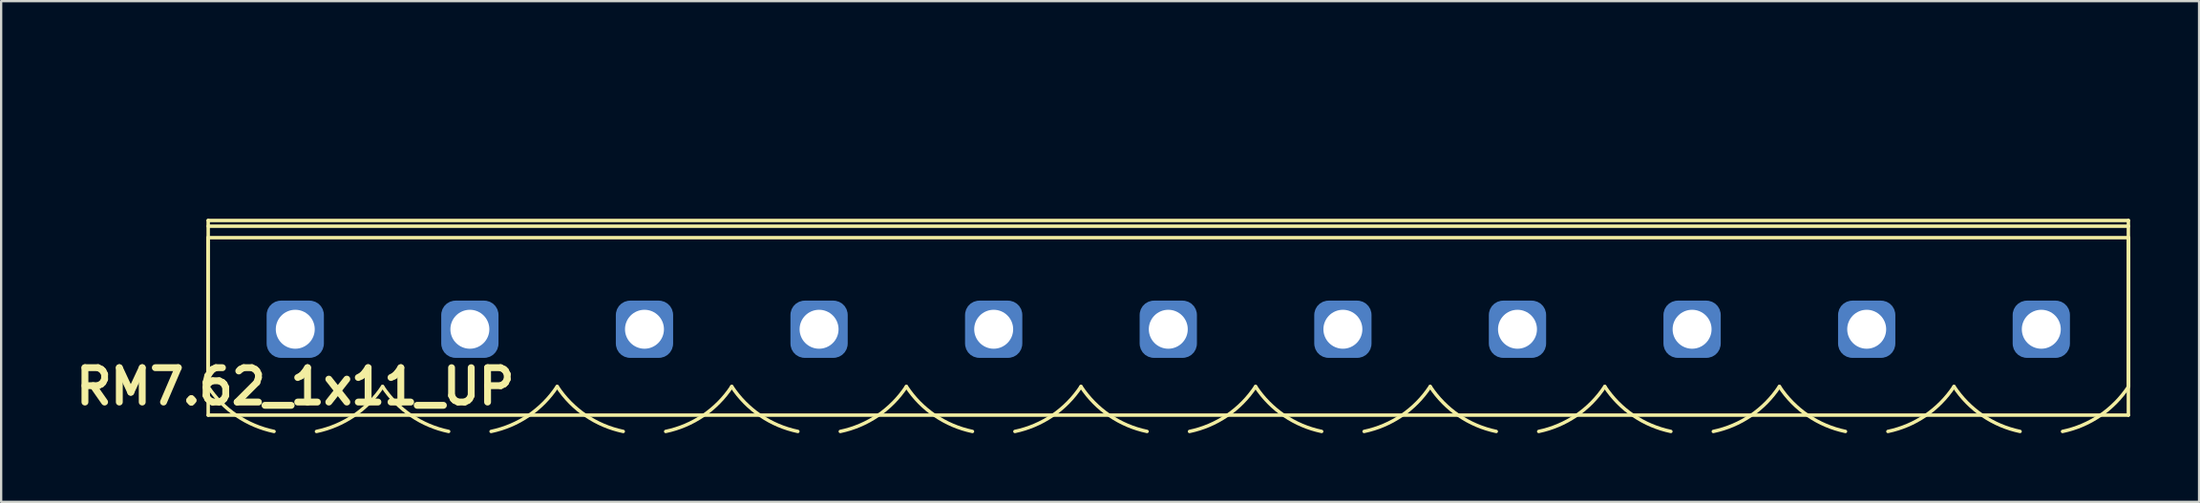
<source format=kicad_pcb>
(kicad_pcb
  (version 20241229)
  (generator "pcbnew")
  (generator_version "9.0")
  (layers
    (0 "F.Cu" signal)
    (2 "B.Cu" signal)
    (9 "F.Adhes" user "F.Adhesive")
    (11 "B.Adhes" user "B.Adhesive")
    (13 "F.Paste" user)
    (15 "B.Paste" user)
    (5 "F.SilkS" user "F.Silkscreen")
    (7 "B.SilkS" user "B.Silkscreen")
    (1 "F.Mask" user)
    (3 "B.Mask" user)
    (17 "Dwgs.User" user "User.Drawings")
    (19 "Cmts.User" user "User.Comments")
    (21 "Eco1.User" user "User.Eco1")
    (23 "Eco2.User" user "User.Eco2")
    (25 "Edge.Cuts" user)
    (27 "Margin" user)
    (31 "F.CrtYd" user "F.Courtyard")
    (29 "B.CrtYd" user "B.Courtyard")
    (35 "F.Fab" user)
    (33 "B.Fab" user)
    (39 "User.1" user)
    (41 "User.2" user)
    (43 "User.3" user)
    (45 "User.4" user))
  (footprint "RM7.62_1x11_UP"
    (layer "F.Cu")
    (at 9.836 11.325)
    (property "Reference" "RM7.62_1x11_UP" (at 0 2.5 0) (layer "F.SilkS") (effects (font (size 1.5 1.5) (thickness 0.3))))
    (attr through_hole)
    (fp_line (start -3.81 -4) (end -3.81 2.5) (stroke (width 0.15) (type solid)) (layer "F.SilkS"))
    (fp_line (start -3.81 -4) (end 80.01 -4) (stroke (width 0.15) (type solid)) (layer "F.SilkS"))
    (fp_line (start -3.8 -4.75) (end -3.8 3.75) (stroke (width 0.15) (type solid)) (layer "F.SilkS"))
    (fp_line (start -3.8 -4.5) (end 80 -4.5) (stroke (width 0.15) (type solid)) (layer "F.SilkS"))
    (fp_line (start -3.8 3.75) (end 80 3.75) (stroke (width 0.15) (type solid)) (layer "F.SilkS"))
    (fp_line (start 80 -4.75) (end -3.8 -4.75) (stroke (width 0.15) (type solid)) (layer "F.SilkS"))
    (fp_line (start 80 3.75) (end 80 -4.75) (stroke (width 0.15) (type solid)) (layer "F.SilkS"))
    (fp_line (start 80.01 -4) (end 80.01 2.5) (stroke (width 0.15) (type solid)) (layer "F.SilkS"))
    (fp_arc (start -0.92631 4.461844) (mid -2.563273 3.767723) (end -3.81 2.5) (stroke (width 0.15) (type solid)) (layer "F.SilkS"))
    (fp_arc (start 3.81 2.5) (mid 2.563272 3.767723) (end 0.92631 4.461844) (stroke (width 0.15) (type solid)) (layer "F.SilkS"))
    (fp_arc (start 6.69369 4.461844) (mid 5.056727 3.767723) (end 3.81 2.5) (stroke (width 0.15) (type solid)) (layer "F.SilkS"))
    (fp_arc (start 11.43 2.5) (mid 10.183272 3.767723) (end 8.54631 4.461844) (stroke (width 0.15) (type solid)) (layer "F.SilkS"))
    (fp_arc (start 14.31369 4.461844) (mid 12.676727 3.767723) (end 11.43 2.5) (stroke (width 0.15) (type solid)) (layer "F.SilkS"))
    (fp_arc (start 19.05 2.5) (mid 17.803272 3.767723) (end 16.16631 4.461844) (stroke (width 0.15) (type solid)) (layer "F.SilkS"))
    (fp_arc (start 21.93369 4.461844) (mid 20.296727 3.767723) (end 19.05 2.5) (stroke (width 0.15) (type solid)) (layer "F.SilkS"))
    (fp_arc (start 26.67 2.5) (mid 25.423272 3.767723) (end 23.78631 4.461844) (stroke (width 0.15) (type solid)) (layer "F.SilkS"))
    (fp_arc (start 29.55369 4.461844) (mid 27.916727 3.767723) (end 26.67 2.5) (stroke (width 0.15) (type solid)) (layer "F.SilkS"))
    (fp_arc (start 34.29 2.5) (mid 33.043272 3.767723) (end 31.40631 4.461844) (stroke (width 0.15) (type solid)) (layer "F.SilkS"))
    (fp_arc (start 37.17369 4.461844) (mid 35.536727 3.767723) (end 34.29 2.5) (stroke (width 0.15) (type solid)) (layer "F.SilkS"))
    (fp_arc (start 41.91 2.5) (mid 40.663272 3.767723) (end 39.02631 4.461844) (stroke (width 0.15) (type solid)) (layer "F.SilkS"))
    (fp_arc (start 44.79369 4.461844) (mid 43.156727 3.767723) (end 41.91 2.5) (stroke (width 0.15) (type solid)) (layer "F.SilkS"))
    (fp_arc (start 49.53 2.5) (mid 48.283272 3.767723) (end 46.64631 4.461844) (stroke (width 0.15) (type solid)) (layer "F.SilkS"))
    (fp_arc (start 52.41369 4.461844) (mid 50.776727 3.767723) (end 49.53 2.5) (stroke (width 0.15) (type solid)) (layer "F.SilkS"))
    (fp_arc (start 57.15 2.5) (mid 55.903272 3.767723) (end 54.26631 4.461844) (stroke (width 0.15) (type solid)) (layer "F.SilkS"))
    (fp_arc (start 60.03369 4.461844) (mid 58.396727 3.767723) (end 57.15 2.5) (stroke (width 0.15) (type solid)) (layer "F.SilkS"))
    (fp_arc (start 64.77 2.5) (mid 63.523272 3.767723) (end 61.88631 4.461844) (stroke (width 0.15) (type solid)) (layer "F.SilkS"))
    (fp_arc (start 67.65369 4.461844) (mid 66.016727 3.767723) (end 64.77 2.5) (stroke (width 0.15) (type solid)) (layer "F.SilkS"))
    (fp_arc (start 72.39 2.5) (mid 71.143272 3.767723) (end 69.50631 4.461844) (stroke (width 0.15) (type solid)) (layer "F.SilkS"))
    (fp_arc (start 75.27369 4.461844) (mid 73.636727 3.767723) (end 72.39 2.5) (stroke (width 0.15) (type solid)) (layer "F.SilkS"))
    (fp_arc (start 80.01 2.5) (mid 78.763272 3.767723) (end 77.12631 4.461844) (stroke (width 0.15) (type solid)) (layer "F.SilkS"))
    (fp_line (start -3.81 -11.25) (end -3.81 3.75) (stroke (width 0.15) (type solid)) (layer "Margin"))
    (fp_line (start -3.81 3.75) (end 80.01 3.75) (stroke (width 0.15) (type solid)) (layer "Margin"))
    (fp_line (start -1.25 -1.25) (end -1.25 1) (stroke (width 0.15) (type solid)) (layer "Margin"))
    (fp_line (start -1.25 1) (end 1.25 1) (stroke (width 0.15) (type solid)) (layer "Margin"))
    (fp_line (start 1.25 -1.25) (end -1.25 -1.25) (stroke (width 0.15) (type solid)) (layer "Margin"))
    (fp_line (start 1.25 1) (end 1.25 -1.25) (stroke (width 0.15) (type solid)) (layer "Margin"))
    (fp_line (start 6.37 -1.25) (end 6.37 1) (stroke (width 0.15) (type solid)) (layer "Margin"))
    (fp_line (start 6.37 1) (end 8.87 1) (stroke (width 0.15) (type solid)) (layer "Margin"))
    (fp_line (start 8.87 -1.25) (end 6.37 -1.25) (stroke (width 0.15) (type solid)) (layer "Margin"))
    (fp_line (start 8.87 1) (end 8.87 -1.25) (stroke (width 0.15) (type solid)) (layer "Margin"))
    (fp_line (start 13.99 -1.25) (end 13.99 1) (stroke (width 0.15) (type solid)) (layer "Margin"))
    (fp_line (start 13.99 1) (end 16.49 1) (stroke (width 0.15) (type solid)) (layer "Margin"))
    (fp_line (start 16.49 -1.25) (end 13.99 -1.25) (stroke (width 0.15) (type solid)) (layer "Margin"))
    (fp_line (start 16.49 1) (end 16.49 -1.25) (stroke (width 0.15) (type solid)) (layer "Margin"))
    (fp_line (start 21.61 -1.25) (end 21.61 1) (stroke (width 0.15) (type solid)) (layer "Margin"))
    (fp_line (start 21.61 1) (end 24.11 1) (stroke (width 0.15) (type solid)) (layer "Margin"))
    (fp_line (start 24.11 -1.25) (end 21.61 -1.25) (stroke (width 0.15) (type solid)) (layer "Margin"))
    (fp_line (start 24.11 1) (end 24.11 -1.25) (stroke (width 0.15) (type solid)) (layer "Margin"))
    (fp_line (start 29.23 -1.25) (end 29.23 1) (stroke (width 0.15) (type solid)) (layer "Margin"))
    (fp_line (start 29.23 1) (end 31.73 1) (stroke (width 0.15) (type solid)) (layer "Margin"))
    (fp_line (start 31.73 -1.25) (end 29.23 -1.25) (stroke (width 0.15) (type solid)) (layer "Margin"))
    (fp_line (start 31.73 1) (end 31.73 -1.25) (stroke (width 0.15) (type solid)) (layer "Margin"))
    (fp_line (start 36.85 -1.25) (end 36.85 1) (stroke (width 0.15) (type solid)) (layer "Margin"))
    (fp_line (start 36.85 1) (end 39.35 1) (stroke (width 0.15) (type solid)) (layer "Margin"))
    (fp_line (start 39.35 -1.25) (end 36.85 -1.25) (stroke (width 0.15) (type solid)) (layer "Margin"))
    (fp_line (start 39.35 1) (end 39.35 -1.25) (stroke (width 0.15) (type solid)) (layer "Margin"))
    (fp_line (start 44.47 -1.25) (end 44.47 1) (stroke (width 0.15) (type solid)) (layer "Margin"))
    (fp_line (start 44.47 1) (end 46.97 1) (stroke (width 0.15) (type solid)) (layer "Margin"))
    (fp_line (start 46.97 -1.25) (end 44.47 -1.25) (stroke (width 0.15) (type solid)) (layer "Margin"))
    (fp_line (start 46.97 1) (end 46.97 -1.25) (stroke (width 0.15) (type solid)) (layer "Margin"))
    (fp_line (start 52.09 -1.25) (end 52.09 1) (stroke (width 0.15) (type solid)) (layer "Margin"))
    (fp_line (start 52.09 1) (end 54.59 1) (stroke (width 0.15) (type solid)) (layer "Margin"))
    (fp_line (start 54.59 -1.25) (end 52.09 -1.25) (stroke (width 0.15) (type solid)) (layer "Margin"))
    (fp_line (start 54.59 1) (end 54.59 -1.25) (stroke (width 0.15) (type solid)) (layer "Margin"))
    (fp_line (start 59.71 -1.25) (end 59.71 1) (stroke (width 0.15) (type solid)) (layer "Margin"))
    (fp_line (start 59.71 1) (end 62.21 1) (stroke (width 0.15) (type solid)) (layer "Margin"))
    (fp_line (start 62.21 -1.25) (end 59.71 -1.25) (stroke (width 0.15) (type solid)) (layer "Margin"))
    (fp_line (start 62.21 1) (end 62.21 -1.25) (stroke (width 0.15) (type solid)) (layer "Margin"))
    (fp_line (start 67.33 -1.25) (end 67.33 1) (stroke (width 0.15) (type solid)) (layer "Margin"))
    (fp_line (start 67.33 1) (end 69.83 1) (stroke (width 0.15) (type solid)) (layer "Margin"))
    (fp_line (start 69.83 -1.25) (end 67.33 -1.25) (stroke (width 0.15) (type solid)) (layer "Margin"))
    (fp_line (start 69.83 1) (end 69.83 -1.25) (stroke (width 0.15) (type solid)) (layer "Margin"))
    (fp_line (start 74.95 -1.25) (end 74.95 1) (stroke (width 0.15) (type solid)) (layer "Margin"))
    (fp_line (start 74.95 1) (end 77.45 1) (stroke (width 0.15) (type solid)) (layer "Margin"))
    (fp_line (start 77.45 -1.25) (end 74.95 -1.25) (stroke (width 0.15) (type solid)) (layer "Margin"))
    (fp_line (start 77.45 1) (end 77.45 -1.25) (stroke (width 0.15) (type solid)) (layer "Margin"))
    (fp_line (start 80.01 -11.25) (end -3.81 -11.25) (stroke (width 0.15) (type solid)) (layer "Margin"))
    (fp_line (start 80.01 3.75) (end 80.01 -11.25) (stroke (width 0.15) (type solid)) (layer "Margin"))
    (pad "1" thru_hole circle (at 0 0) (size 2 2) (drill 1.7) (layers "*.Cu" "*.Mask"))
    (pad "1" smd roundrect (at 0 0) (size 2.5 2.5) (layers "B.Cu" "B.Mask") (roundrect_rratio 0.25))
    (pad "2" thru_hole circle (at 7.62 0) (size 2 2) (drill 1.7) (layers "*.Cu" "*.Mask"))
    (pad "2" smd roundrect (at 7.62 0) (size 2.5 2.5) (layers "B.Cu" "B.Mask") (roundrect_rratio 0.25))
    (pad "3" thru_hole circle (at 15.24 0) (size 2 2) (drill 1.7) (layers "*.Cu" "*.Mask"))
    (pad "3" smd roundrect (at 15.24 0) (size 2.5 2.5) (layers "B.Cu" "B.Mask") (roundrect_rratio 0.25))
    (pad "4" thru_hole circle (at 22.86 0) (size 2 2) (drill 1.7) (layers "*.Cu" "*.Mask"))
    (pad "4" smd roundrect (at 22.86 0) (size 2.5 2.5) (layers "B.Cu" "B.Mask") (roundrect_rratio 0.25))
    (pad "5" thru_hole circle (at 30.48 0) (size 2 2) (drill 1.7) (layers "*.Cu" "*.Mask"))
    (pad "5" smd roundrect (at 30.48 0) (size 2.5 2.5) (layers "B.Cu" "B.Mask") (roundrect_rratio 0.25))
    (pad "6" thru_hole circle (at 38.1 0) (size 2 2) (drill 1.7) (layers "*.Cu" "*.Mask"))
    (pad "6" smd roundrect (at 38.1 0) (size 2.5 2.5) (layers "B.Cu" "B.Mask") (roundrect_rratio 0.25))
    (pad "7" thru_hole circle (at 45.72 0) (size 2 2) (drill 1.7) (layers "*.Cu" "*.Mask"))
    (pad "7" smd roundrect (at 45.72 0) (size 2.5 2.5) (layers "B.Cu" "B.Mask") (roundrect_rratio 0.25))
    (pad "8" thru_hole circle (at 53.34 0) (size 2 2) (drill 1.7) (layers "*.Cu" "*.Mask"))
    (pad "8" smd roundrect (at 53.34 0) (size 2.5 2.5) (layers "B.Cu" "B.Mask") (roundrect_rratio 0.25))
    (pad "9" thru_hole circle (at 60.96 0) (size 2 2) (drill 1.7) (layers "*.Cu" "*.Mask"))
    (pad "9" smd roundrect (at 60.96 0) (size 2.5 2.5) (layers "B.Cu" "B.Mask") (roundrect_rratio 0.25))
    (pad "10" thru_hole circle (at 68.58 0) (size 2 2) (drill 1.7) (layers "*.Cu" "*.Mask"))
    (pad "10" smd roundrect (at 68.58 0) (size 2.5 2.5) (layers "B.Cu" "B.Mask") (roundrect_rratio 0.25))
    (pad "11" thru_hole circle (at 76.2 0) (size 2 2) (drill 1.7) (layers "*.Cu" "*.Mask"))
    (pad "11" smd roundrect (at 76.2 0) (size 2.5 2.5) (layers "B.Cu" "B.Mask") (roundrect_rratio 0.25)))
  (gr_rect
    (start -3 -3)
    (end 92.921 18.862)
    (stroke (width 0.1) (type default))
    (fill no)
    (layer "Edge.Cuts")))
</source>
